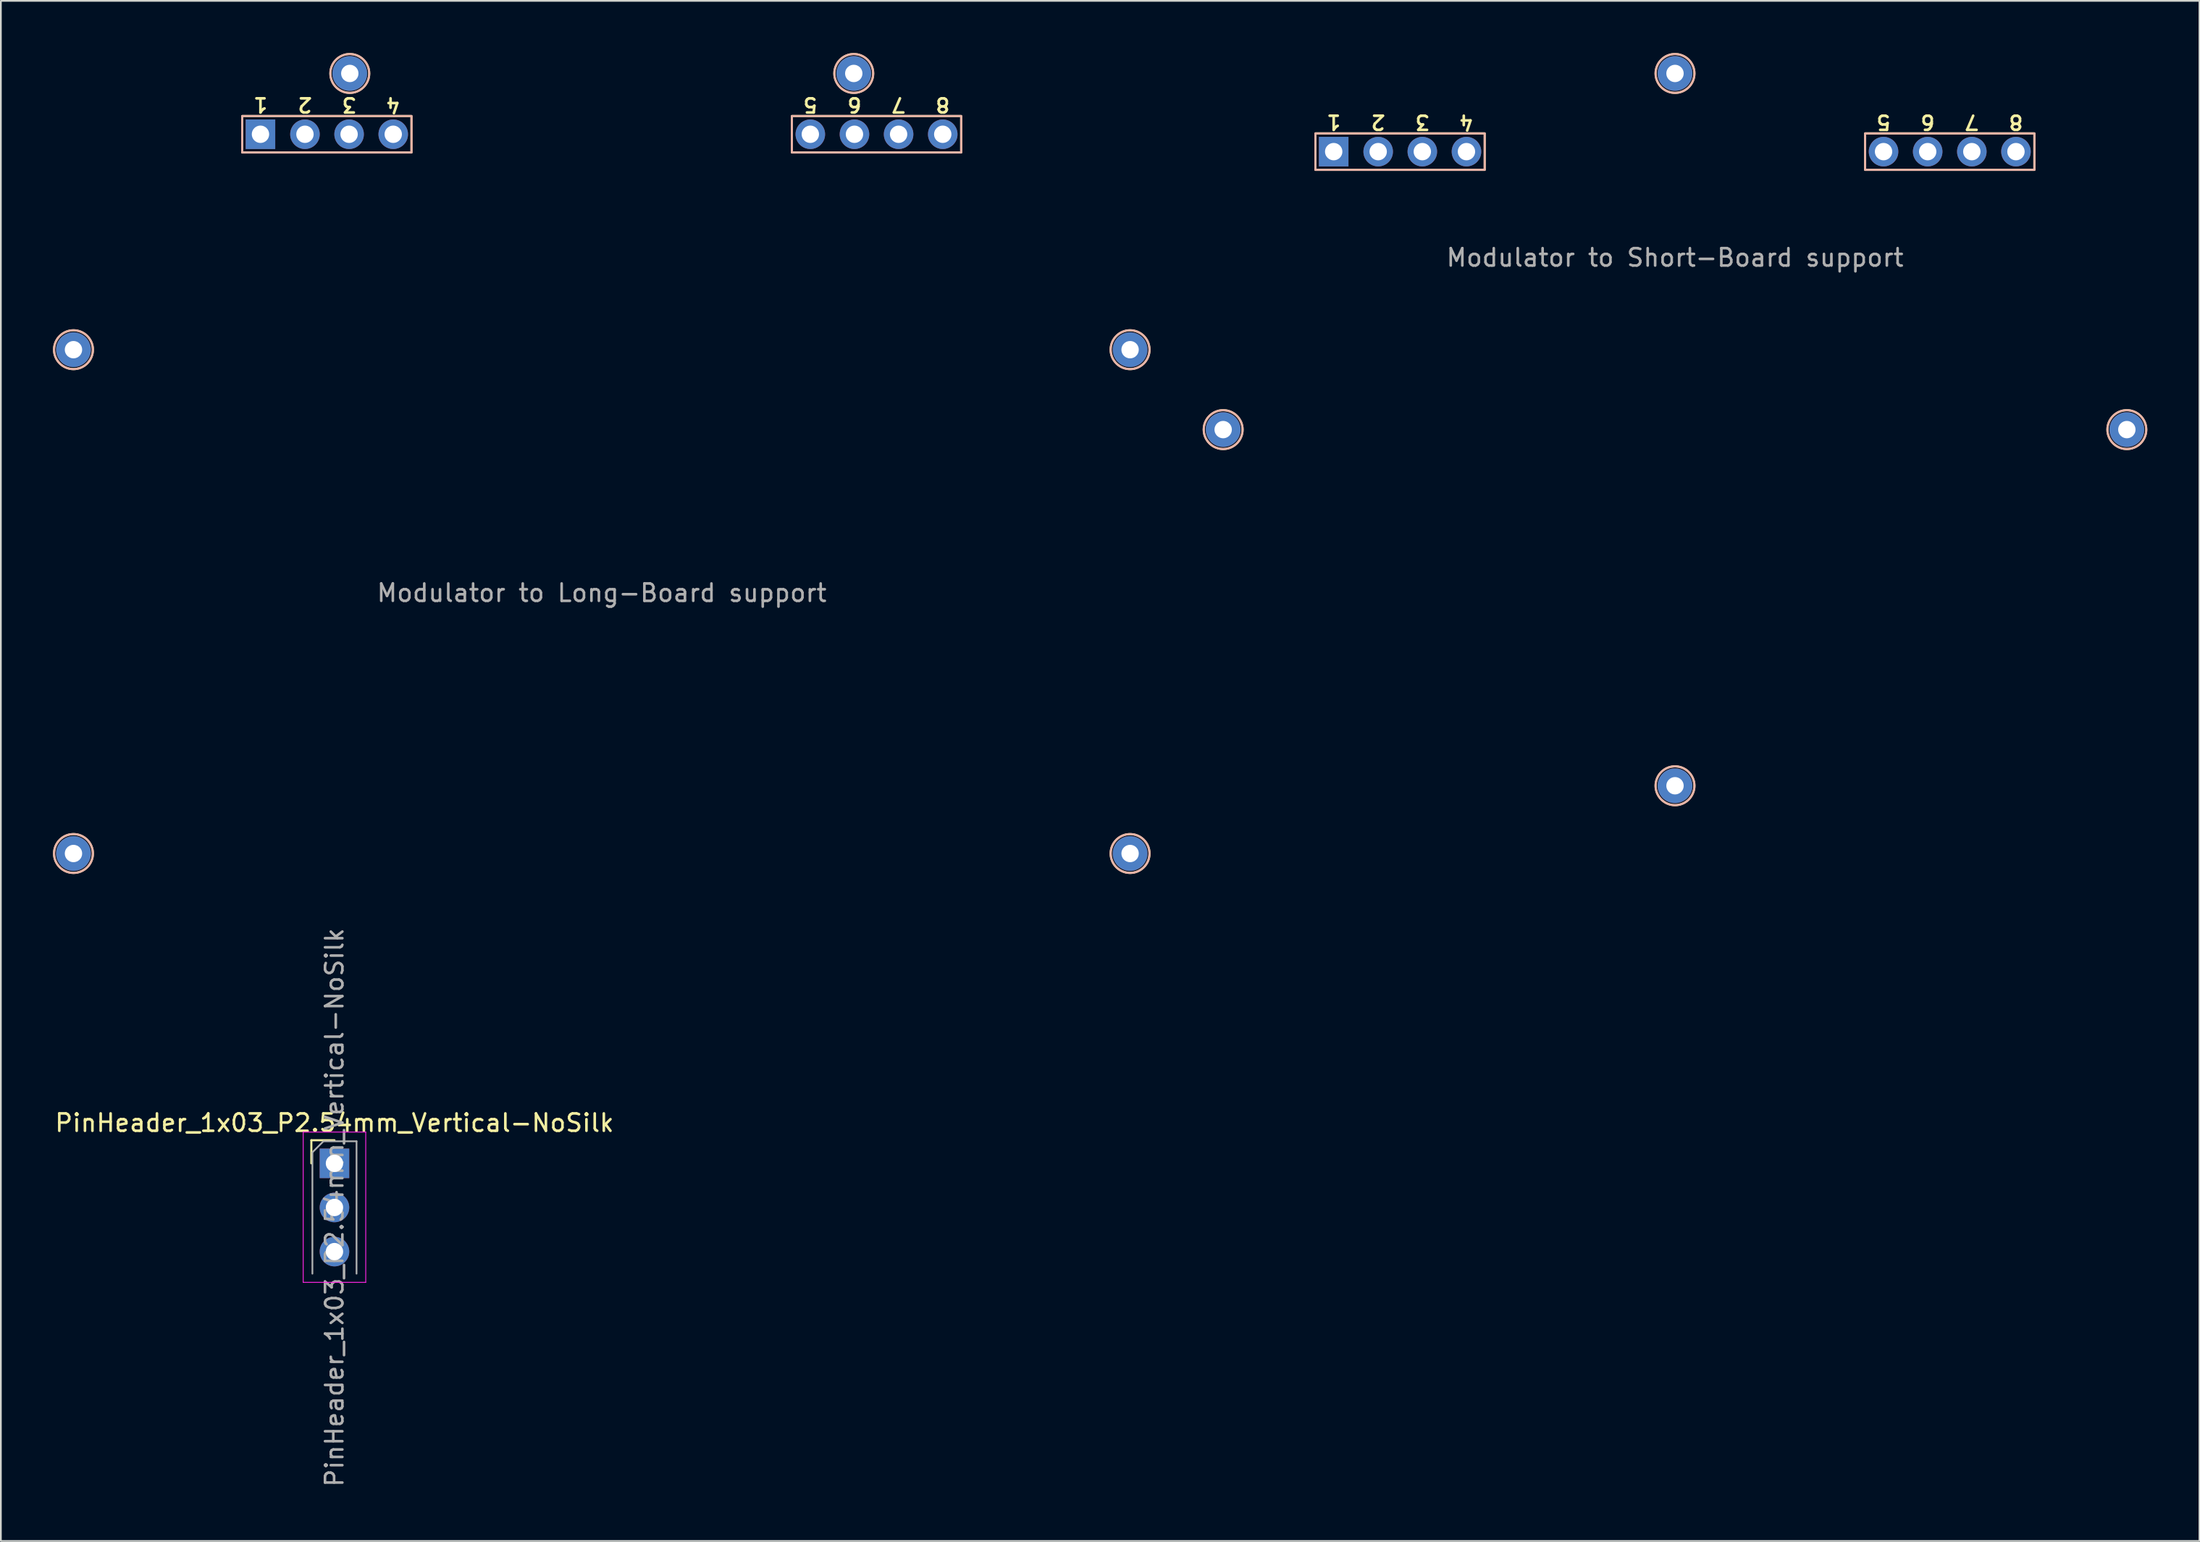
<source format=kicad_pcb>
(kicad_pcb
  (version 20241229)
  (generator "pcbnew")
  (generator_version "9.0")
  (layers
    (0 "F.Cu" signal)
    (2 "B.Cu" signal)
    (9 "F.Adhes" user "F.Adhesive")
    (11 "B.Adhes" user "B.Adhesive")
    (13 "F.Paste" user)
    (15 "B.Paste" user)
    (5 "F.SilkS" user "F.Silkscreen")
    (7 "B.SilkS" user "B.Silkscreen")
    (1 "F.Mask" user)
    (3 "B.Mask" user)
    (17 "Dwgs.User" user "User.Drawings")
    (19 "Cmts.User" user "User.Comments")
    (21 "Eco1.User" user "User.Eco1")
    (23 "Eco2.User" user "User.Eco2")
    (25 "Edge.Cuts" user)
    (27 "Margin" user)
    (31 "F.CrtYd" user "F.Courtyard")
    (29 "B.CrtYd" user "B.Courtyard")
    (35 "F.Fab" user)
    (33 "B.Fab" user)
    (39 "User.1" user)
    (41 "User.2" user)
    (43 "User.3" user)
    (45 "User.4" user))
  (footprint "Modulator to Short-Board support"
    (layer "F.Cu")
    (at 93.334 12.278)
    (property "Reference" "Modulator to Short-Board support" (at 0 -0.5 0) (unlocked yes) (layer "F.Fab") (effects (font (size 1 1) (thickness 0.15))))
    (attr through_hole)
    (fp_rect (start -20.69 -7.65) (end -10.95 -5.55) (stroke (width 0.12) (type solid)) (fill no) (layer "F.SilkS"))
    (fp_rect (start 10.94 -7.65) (end 20.68 -5.55) (stroke (width 0.12) (type solid)) (fill no) (layer "F.SilkS"))
    (fp_circle (center -26 9.4) (end -27.1 9.6) (stroke (width 0.12) (type solid)) (fill no) (layer "F.SilkS"))
    (fp_circle (center 0 -11.1) (end -1.1 -10.9) (stroke (width 0.12) (type solid)) (fill no) (layer "F.SilkS"))
    (fp_circle (center 0 29.9) (end -1.1 30.1) (stroke (width 0.12) (type solid)) (fill no) (layer "F.SilkS"))
    (fp_circle (center 26 9.4) (end 24.9 9.6) (stroke (width 0.12) (type solid)) (fill no) (layer "F.SilkS"))
    (fp_rect (start -20.69 -7.65) (end -10.95 -5.55) (stroke (width 0.12) (type solid)) (fill no) (layer "B.SilkS"))
    (fp_rect (start 10.94 -7.65) (end 20.68 -5.55) (stroke (width 0.12) (type solid)) (fill no) (layer "B.SilkS"))
    (fp_circle (center -26 9.4) (end -24.882 9.4) (stroke (width 0.12) (type solid)) (fill no) (layer "B.SilkS"))
    (fp_circle (center 0 -11.1) (end 1.118 -11.1) (stroke (width 0.12) (type solid)) (fill no) (layer "B.SilkS"))
    (fp_circle (center 0 29.9) (end 1.118 29.9) (stroke (width 0.12) (type solid)) (fill no) (layer "B.SilkS"))
    (fp_circle (center 26 9.4) (end 27.118 9.4) (stroke (width 0.12) (type solid)) (fill no) (layer "B.SilkS"))
    (fp_text user "4" (at -12 -8.3 180) (unlocked yes) (layer "F.SilkS") (effects (font (size 0.813 0.813) (thickness 0.152))))
    (fp_text user "5" (at 12 -8.3 180) (unlocked yes) (layer "F.SilkS") (effects (font (size 0.813 0.813) (thickness 0.152))))
    (fp_text user "3" (at -14.54 -8.3 180) (unlocked yes) (layer "F.SilkS") (effects (font (size 0.813 0.813) (thickness 0.152))))
    (fp_text user "6" (at 14.54 -8.3 180) (unlocked yes) (layer "F.SilkS") (effects (font (size 0.813 0.813) (thickness 0.152))))
    (fp_text user "7" (at 17.08 -8.3 180) (unlocked yes) (layer "F.SilkS") (effects (font (size 0.813 0.813) (thickness 0.152))))
    (fp_text user "8" (at 19.62 -8.3 180) (unlocked yes) (layer "F.SilkS") (effects (font (size 0.813 0.813) (thickness 0.152))))
    (fp_text user "1" (at -19.64 -8.3 180) (unlocked yes) (layer "F.SilkS") (effects (font (size 0.813 0.813) (thickness 0.152))))
    (fp_text user "2" (at -17.08 -8.3 180) (unlocked yes) (layer "F.SilkS") (effects (font (size 0.813 0.813) (thickness 0.152))))
    (pad "1" thru_hole rect (at -19.64 -6.6 90) (size 1.7 1.7) (drill 1) (layers "*.Cu" "*.Mask"))
    (pad "2" thru_hole oval (at -17.08 -6.6 90) (size 1.7 1.7) (drill 1) (layers "*.Cu" "*.Mask"))
    (pad "3" thru_hole oval (at -14.54 -6.6 90) (size 1.7 1.7) (drill 1) (layers "*.Cu" "*.Mask"))
    (pad "4" thru_hole oval (at -12 -6.6 90) (size 1.7 1.7) (drill 1) (layers "*.Cu" "*.Mask"))
    (pad "5" thru_hole oval (at 12 -6.6 90) (size 1.7 1.7) (drill 1) (layers "*.Cu" "*.Mask"))
    (pad "6" thru_hole oval (at 14.54 -6.6 90) (size 1.7 1.7) (drill 1) (layers "*.Cu" "*.Mask"))
    (pad "7" thru_hole oval (at 17.08 -6.6 90) (size 1.7 1.7) (drill 1) (layers "*.Cu" "*.Mask"))
    (pad "8" thru_hole oval (at 19.62 -6.6 90) (size 1.7 1.7) (drill 1) (layers "*.Cu" "*.Mask"))
    (pad "9" thru_hole circle (at -26 9.4 270) (size 2 2) (drill 1) (layers "*.Cu" "*.Mask"))
    (pad "9" thru_hole circle (at 0 -11.1 270) (size 2 2) (drill 1) (layers "*.Cu" "*.Mask"))
    (pad "9" thru_hole circle (at 0 29.9 270) (size 2 2) (drill 1) (layers "*.Cu" "*.Mask"))
    (pad "9" thru_hole circle (at 26 9.4 270) (size 2 2) (drill 1) (layers "*.Cu" "*.Mask")))
  (footprint "Modulator to Long-Board support"
    (layer "F.Cu")
    (at 31.578 31.578)
    (property "Reference" "Modulator to Long-Board support" (at 0 -0.5 0) (unlocked yes) (layer "F.Fab") (effects (font (size 1 1) (thickness 0.15))))
    (attr through_hole)
    (fp_rect (start -20.69 -27.95) (end -10.95 -25.85) (stroke (width 0.12) (type solid)) (fill no) (layer "F.SilkS"))
    (fp_rect (start 10.94 -27.95) (end 20.68 -25.85) (stroke (width 0.12) (type solid)) (fill no) (layer "F.SilkS"))
    (fp_circle (center -30.4 -14.5) (end -31.5 -14.3) (stroke (width 0.12) (type solid)) (fill no) (layer "F.SilkS"))
    (fp_circle (center -30.4 14.5) (end -31.5 14.7) (stroke (width 0.12) (type solid)) (fill no) (layer "F.SilkS"))
    (fp_circle (center -14.5 -30.4) (end -15.6 -30.2) (stroke (width 0.12) (type solid)) (fill no) (layer "F.SilkS"))
    (fp_circle (center 14.5 -30.4) (end 13.4 -30.2) (stroke (width 0.12) (type solid)) (fill no) (layer "F.SilkS"))
    (fp_circle (center 30.4 -14.5) (end 29.3 -14.3) (stroke (width 0.12) (type solid)) (fill no) (layer "F.SilkS"))
    (fp_circle (center 30.4 14.5) (end 29.3 14.7) (stroke (width 0.12) (type solid)) (fill no) (layer "F.SilkS"))
    (fp_rect (start -20.69 -27.95) (end -10.95 -25.85) (stroke (width 0.12) (type solid)) (fill no) (layer "B.SilkS"))
    (fp_rect (start 10.94 -27.95) (end 20.68 -25.85) (stroke (width 0.12) (type solid)) (fill no) (layer "B.SilkS"))
    (fp_circle (center -30.4 -14.5) (end -29.282 -14.5) (stroke (width 0.12) (type solid)) (fill no) (layer "B.SilkS"))
    (fp_circle (center -30.4 14.5) (end -29.282 14.5) (stroke (width 0.12) (type solid)) (fill no) (layer "B.SilkS"))
    (fp_circle (center -14.5 -30.4) (end -13.382 -30.4) (stroke (width 0.12) (type solid)) (fill no) (layer "B.SilkS"))
    (fp_circle (center 14.5 -30.4) (end 15.618 -30.4) (stroke (width 0.12) (type solid)) (fill no) (layer "B.SilkS"))
    (fp_circle (center 30.4 -14.5) (end 31.518 -14.5) (stroke (width 0.12) (type solid)) (fill no) (layer "B.SilkS"))
    (fp_circle (center 30.4 14.5) (end 31.518 14.5) (stroke (width 0.12) (type solid)) (fill no) (layer "B.SilkS"))
    (fp_text user "1" (at -19.64 -28.6 180) (unlocked yes) (layer "F.SilkS") (effects (font (size 0.813 0.813) (thickness 0.152))))
    (fp_text user "4" (at -12 -28.6 180) (unlocked yes) (layer "F.SilkS") (effects (font (size 0.813 0.813) (thickness 0.152))))
    (fp_text user "3" (at -14.54 -28.6 180) (unlocked yes) (layer "F.SilkS") (effects (font (size 0.813 0.813) (thickness 0.152))))
    (fp_text user "5" (at 12 -28.6 180) (unlocked yes) (layer "F.SilkS") (effects (font (size 0.813 0.813) (thickness 0.152))))
    (fp_text user "8" (at 19.62 -28.6 180) (unlocked yes) (layer "F.SilkS") (effects (font (size 0.813 0.813) (thickness 0.152))))
    (fp_text user "2" (at -17.08 -28.6 180) (unlocked yes) (layer "F.SilkS") (effects (font (size 0.813 0.813) (thickness 0.152))))
    (fp_text user "7" (at 17.08 -28.6 180) (unlocked yes) (layer "F.SilkS") (effects (font (size 0.813 0.813) (thickness 0.152))))
    (fp_text user "6" (at 14.54 -28.6 180) (unlocked yes) (layer "F.SilkS") (effects (font (size 0.813 0.813) (thickness 0.152))))
    (pad "1" thru_hole rect (at -19.64 -26.9 90) (size 1.7 1.7) (drill 1) (layers "*.Cu" "*.Mask"))
    (pad "2" thru_hole oval (at -17.08 -26.9 90) (size 1.7 1.7) (drill 1) (layers "*.Cu" "*.Mask"))
    (pad "3" thru_hole oval (at -14.54 -26.9 90) (size 1.7 1.7) (drill 1) (layers "*.Cu" "*.Mask"))
    (pad "4" thru_hole oval (at -12 -26.9 90) (size 1.7 1.7) (drill 1) (layers "*.Cu" "*.Mask"))
    (pad "5" thru_hole oval (at 12 -26.9 90) (size 1.7 1.7) (drill 1) (layers "*.Cu" "*.Mask"))
    (pad "6" thru_hole oval (at 14.54 -26.9 90) (size 1.7 1.7) (drill 1) (layers "*.Cu" "*.Mask"))
    (pad "7" thru_hole oval (at 17.08 -26.9 90) (size 1.7 1.7) (drill 1) (layers "*.Cu" "*.Mask"))
    (pad "8" thru_hole oval (at 19.62 -26.9 90) (size 1.7 1.7) (drill 1) (layers "*.Cu" "*.Mask"))
    (pad "9" thru_hole circle (at -30.4 -14.5 270) (size 2 2) (drill 1) (layers "*.Cu" "*.Mask"))
    (pad "9" thru_hole circle (at -30.4 14.5 270) (size 2 2) (drill 1) (layers "*.Cu" "*.Mask"))
    (pad "9" thru_hole circle (at -14.5 -30.4 270) (size 2 2) (drill 1) (layers "*.Cu" "*.Mask"))
    (pad "9" thru_hole circle (at 14.5 -30.4 270) (size 2 2) (drill 1) (layers "*.Cu" "*.Mask"))
    (pad "9" thru_hole circle (at 30.4 -14.5 270) (size 2 2) (drill 1) (layers "*.Cu" "*.Mask"))
    (pad "9" thru_hole circle (at 30.4 14.5 270) (size 2 2) (drill 1) (layers "*.Cu" "*.Mask")))
  (footprint "PinHeader_1x03_P2.54mm_Vertical-NoSilk"
    (layer "F.Cu")
    (at 16.196 63.912)
    (property "Reference" "PinHeader_1x03_P2.54mm_Vertical-NoSilk" (at 0 -2.33 0) (layer "F.SilkS") (effects (font (size 1 1) (thickness 0.15))))
    (attr through_hole)
    (fp_line (start -1.33 -1.33) (end 0 -1.33) (stroke (width 0.12) (type solid)) (layer "F.SilkS"))
    (fp_line (start -1.33 0) (end -1.33 -1.33) (stroke (width 0.12) (type solid)) (layer "F.SilkS"))
    (fp_line (start -1.8 -1.8) (end -1.8 6.85) (stroke (width 0.05) (type solid)) (layer "F.CrtYd"))
    (fp_line (start -1.8 6.85) (end 1.8 6.85) (stroke (width 0.05) (type solid)) (layer "F.CrtYd"))
    (fp_line (start 1.8 -1.8) (end -1.8 -1.8) (stroke (width 0.05) (type solid)) (layer "F.CrtYd"))
    (fp_line (start 1.8 6.85) (end 1.8 -1.8) (stroke (width 0.05) (type solid)) (layer "F.CrtYd"))
    (fp_line (start -1.27 -0.635) (end -0.635 -1.27) (stroke (width 0.1) (type solid)) (layer "F.Fab"))
    (fp_line (start -1.27 6.35) (end -1.27 -0.635) (stroke (width 0.1) (type solid)) (layer "F.Fab"))
    (fp_line (start -0.635 -1.27) (end 1.27 -1.27) (stroke (width 0.1) (type solid)) (layer "F.Fab"))
    (fp_line (start 1.27 -1.27) (end 1.27 6.35) (stroke (width 0.1) (type solid)) (layer "F.Fab"))
    (fp_text user "${REFERENCE}" (at 0 2.54 270) (layer "F.Fab") (effects (font (size 1 1) (thickness 0.15))))
    (pad "1" thru_hole rect (at 0 0) (size 1.7 1.7) (drill 1) (layers "*.Cu" "*.Mask"))
    (pad "2" thru_hole oval (at 0 2.54) (size 1.7 1.7) (drill 1) (layers "*.Cu" "*.Mask"))
    (pad "3" thru_hole oval (at 0 5.08) (size 1.7 1.7) (drill 1) (layers "*.Cu" "*.Mask")))
  (gr_rect
    (start -3 -3)
    (end 123.512 85.649)
    (stroke (width 0.1) (type default))
    (fill no)
    (layer "Edge.Cuts")))
</source>
